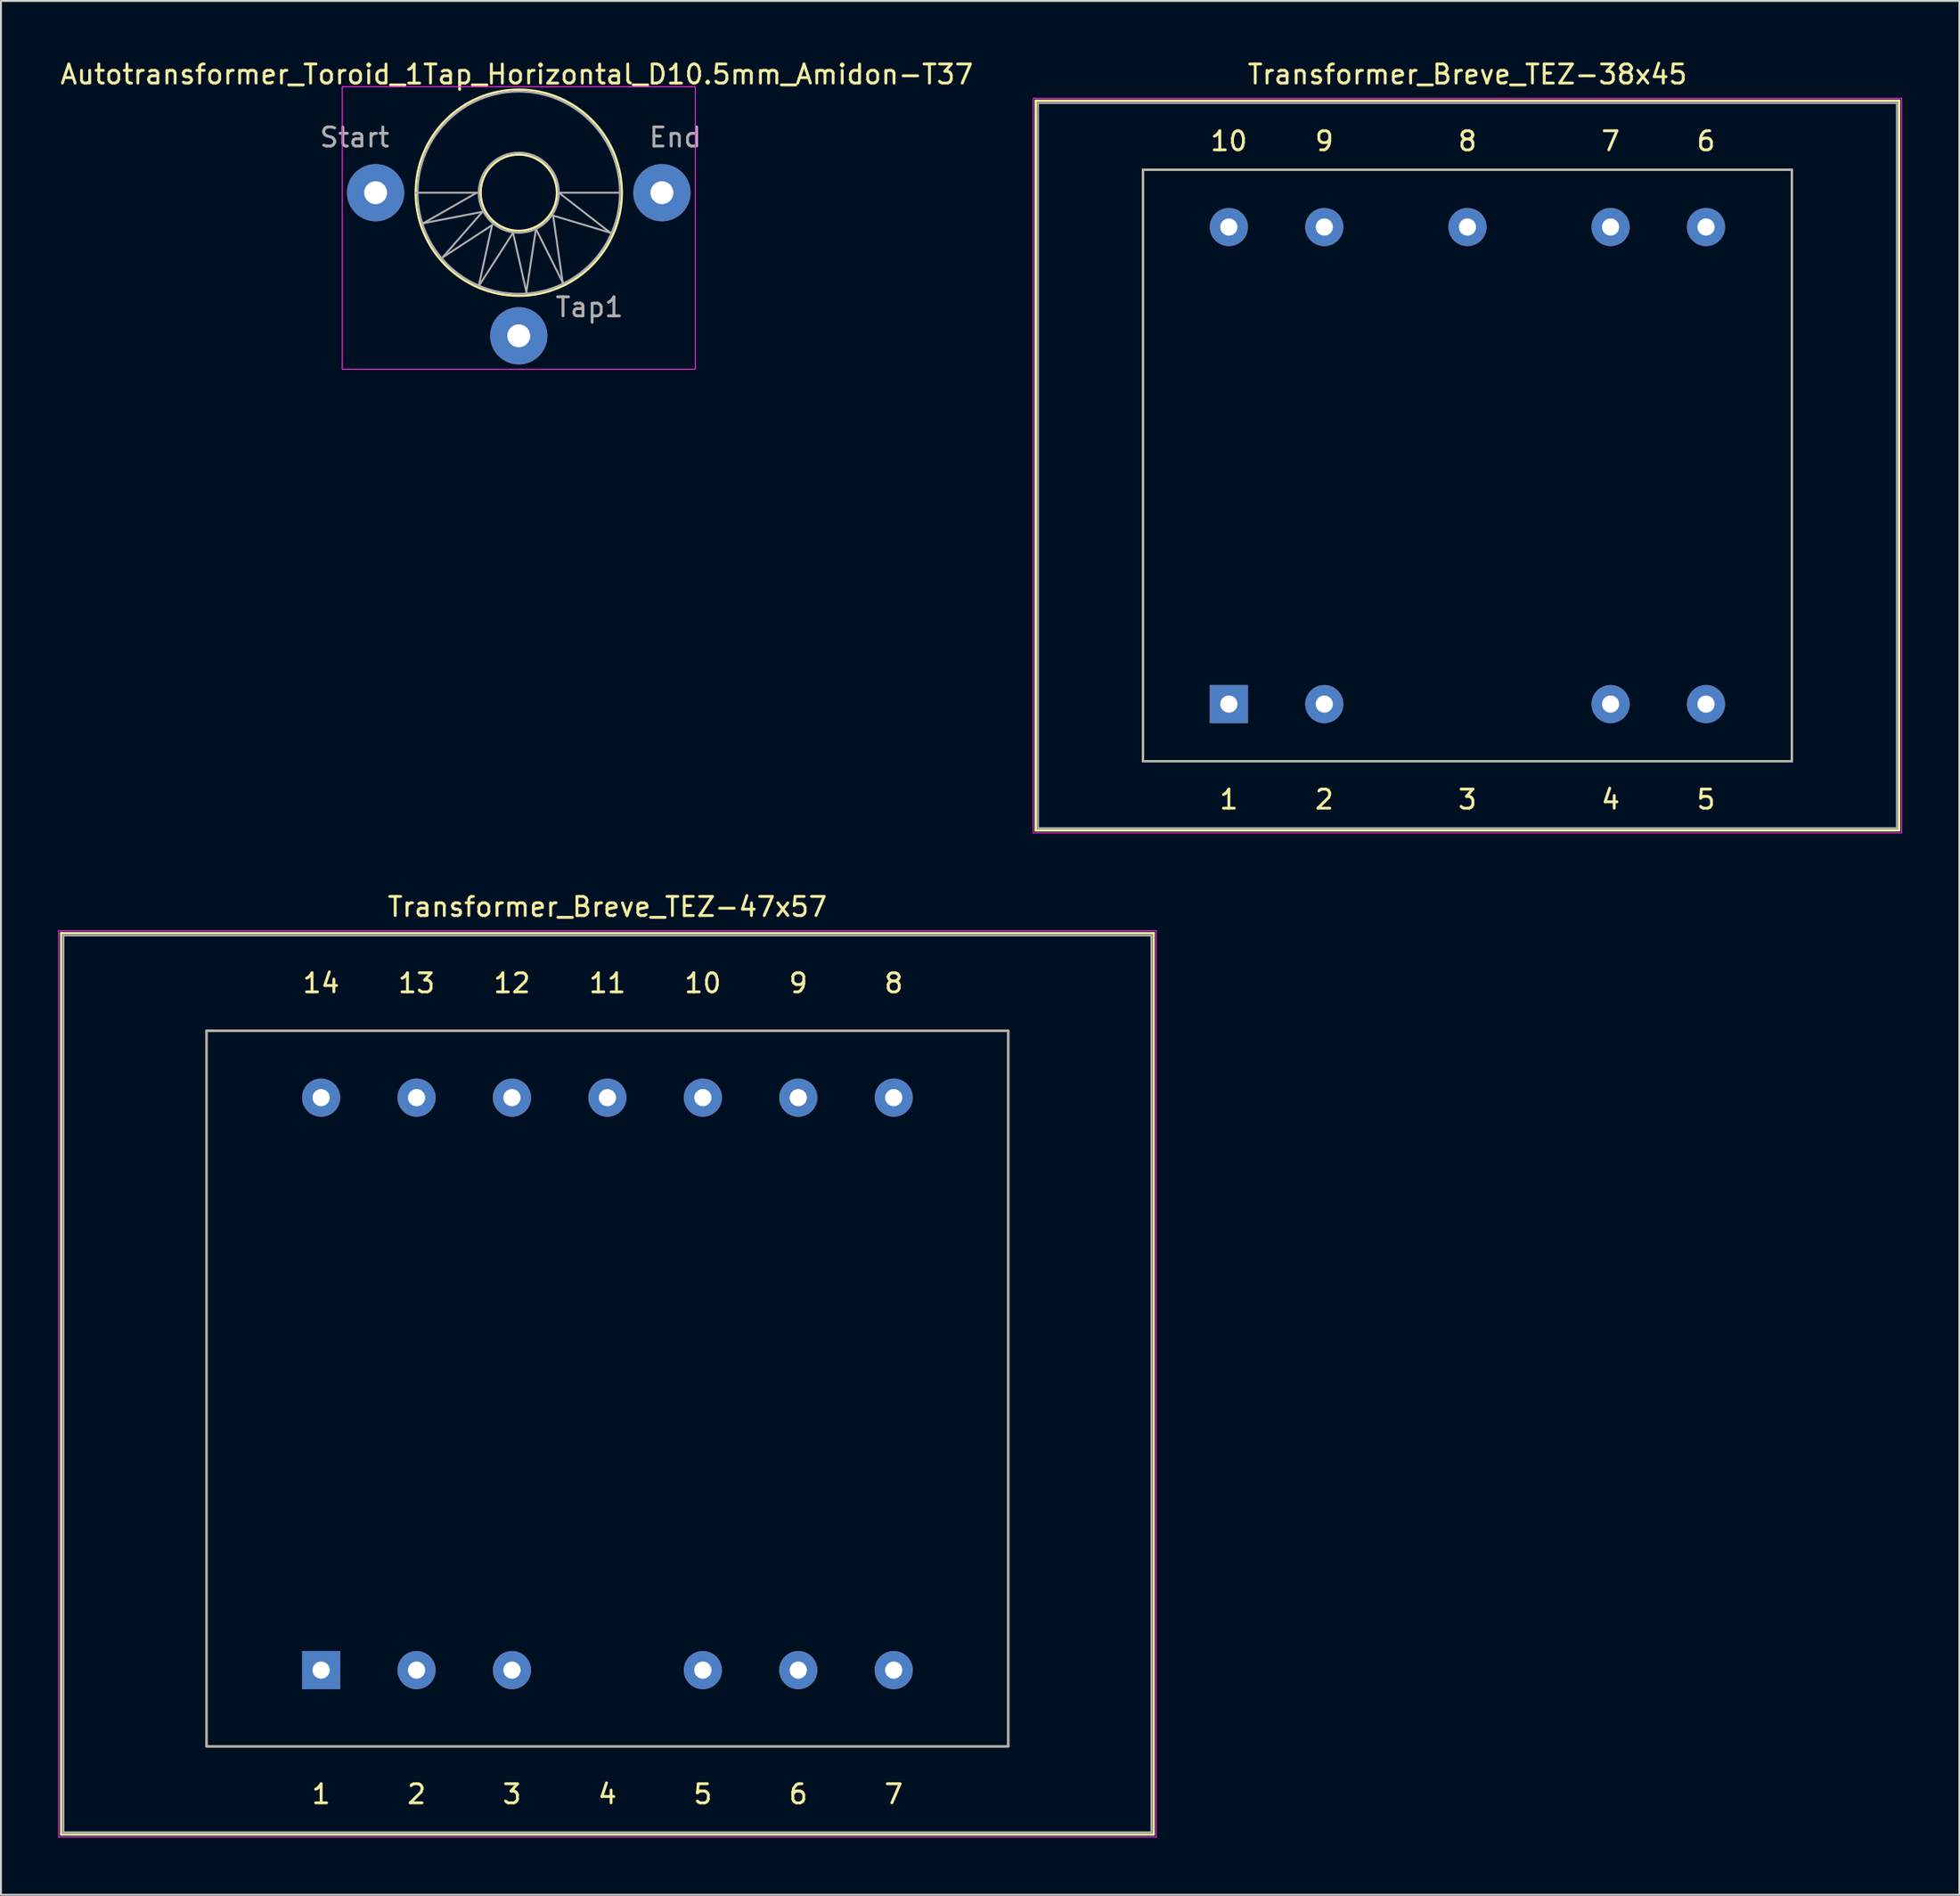
<source format=kicad_pcb>
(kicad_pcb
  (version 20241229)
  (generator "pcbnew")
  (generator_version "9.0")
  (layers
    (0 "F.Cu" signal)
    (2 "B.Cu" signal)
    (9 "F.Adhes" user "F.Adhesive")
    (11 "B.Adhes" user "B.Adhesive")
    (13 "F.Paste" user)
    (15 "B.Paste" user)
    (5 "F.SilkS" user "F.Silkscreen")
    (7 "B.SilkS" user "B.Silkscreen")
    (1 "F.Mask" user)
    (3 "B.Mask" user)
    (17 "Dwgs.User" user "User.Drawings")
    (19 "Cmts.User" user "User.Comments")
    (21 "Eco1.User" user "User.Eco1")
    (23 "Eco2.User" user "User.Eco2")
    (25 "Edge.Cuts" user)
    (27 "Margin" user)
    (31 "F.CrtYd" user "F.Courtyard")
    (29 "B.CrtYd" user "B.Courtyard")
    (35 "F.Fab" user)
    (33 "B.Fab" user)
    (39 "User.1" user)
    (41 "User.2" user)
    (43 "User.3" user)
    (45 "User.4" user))
  (footprint "Transformer_Breve_TEZ-38x45"
    (layer "F.Cu")
    (at 61.335 33.848)
    (property "Reference" "Transformer_Breve_TEZ-38x45" (at 12.5 -33 0) (layer "F.SilkS") (effects (font (size 1 1) (thickness 0.15))))
    (attr through_hole)
    (fp_line (start -10.12 -31.62) (end -10.12 6.62) (stroke (width 0.12) (type solid)) (layer "F.SilkS"))
    (fp_line (start -10.12 -31.62) (end 35.12 -31.62) (stroke (width 0.12) (type solid)) (layer "F.SilkS"))
    (fp_line (start -4.5 -28) (end 29.5 -28) (stroke (width 0.12) (type solid)) (layer "F.SilkS"))
    (fp_line (start -4.5 3) (end -4.5 -28) (stroke (width 0.12) (type solid)) (layer "F.SilkS"))
    (fp_line (start 29.5 -28) (end 29.5 3) (stroke (width 0.12) (type solid)) (layer "F.SilkS"))
    (fp_line (start 29.5 3) (end -4.5 3) (stroke (width 0.12) (type solid)) (layer "F.SilkS"))
    (fp_line (start 35.12 6.62) (end -10.12 6.62) (stroke (width 0.12) (type solid)) (layer "F.SilkS"))
    (fp_line (start 35.12 6.62) (end 35.12 -31.62) (stroke (width 0.12) (type solid)) (layer "F.SilkS"))
    (fp_line (start -10.25 -31.75) (end -10.25 6.75) (stroke (width 0.05) (type solid)) (layer "F.CrtYd"))
    (fp_line (start -10.25 -31.75) (end 35.25 -31.75) (stroke (width 0.05) (type solid)) (layer "F.CrtYd"))
    (fp_line (start 35.25 6.75) (end -10.25 6.75) (stroke (width 0.05) (type solid)) (layer "F.CrtYd"))
    (fp_line (start 35.25 6.75) (end 35.25 -31.75) (stroke (width 0.05) (type solid)) (layer "F.CrtYd"))
    (fp_line (start -10 -31.5) (end 35 -31.5) (stroke (width 0.1) (type solid)) (layer "F.Fab"))
    (fp_line (start -10 6.5) (end -10 -31.5) (stroke (width 0.1) (type solid)) (layer "F.Fab"))
    (fp_line (start -4.5 -28) (end 29.5 -28) (stroke (width 0.1) (type solid)) (layer "F.Fab"))
    (fp_line (start -4.5 3) (end -4.5 -28) (stroke (width 0.1) (type solid)) (layer "F.Fab"))
    (fp_line (start 29.5 -28) (end 29.5 3) (stroke (width 0.1) (type solid)) (layer "F.Fab"))
    (fp_line (start 29.5 3) (end -4.5 3) (stroke (width 0.1) (type solid)) (layer "F.Fab"))
    (fp_line (start 35 -31.5) (end 35 6.5) (stroke (width 0.1) (type solid)) (layer "F.Fab"))
    (fp_line (start 35 6.5) (end -10 6.5) (stroke (width 0.1) (type solid)) (layer "F.Fab"))
    (fp_text user "4" (at 20 5 0) (layer "F.SilkS") (effects (font (size 1 1) (thickness 0.15))))
    (fp_text user "3" (at 12.5 5 0) (layer "F.SilkS") (effects (font (size 1 1) (thickness 0.15))))
    (fp_text user "1" (at 0 5 0) (layer "F.SilkS") (effects (font (size 1 1) (thickness 0.15))))
    (fp_text user "2" (at 5 5 0) (layer "F.SilkS") (effects (font (size 1 1) (thickness 0.15))))
    (fp_text user "6" (at 25 -29.5 0) (layer "F.SilkS") (effects (font (size 1 1) (thickness 0.15))))
    (fp_text user "5" (at 25 5 0) (layer "F.SilkS") (effects (font (size 1 1) (thickness 0.15))))
    (fp_text user "8" (at 12.5 -29.5 0) (layer "F.SilkS") (effects (font (size 1 1) (thickness 0.15))))
    (fp_text user "9" (at 5 -29.5 0) (layer "F.SilkS") (effects (font (size 1 1) (thickness 0.15))))
    (fp_text user "10" (at 0 -29.5 0) (layer "F.SilkS") (effects (font (size 1 1) (thickness 0.15))))
    (fp_text user "7" (at 20 -29.5 0) (layer "F.SilkS") (effects (font (size 1 1) (thickness 0.15))))
    (pad "1" thru_hole rect (at 0 0) (size 2 2) (drill 0.9) (layers "*.Cu" "*.Mask"))
    (pad "2" thru_hole circle (at 5 0) (size 2 2) (drill 0.9) (layers "*.Cu" "*.Mask"))
    (pad "4" thru_hole circle (at 20 0) (size 2 2) (drill 0.9) (layers "*.Cu" "*.Mask"))
    (pad "5" thru_hole circle (at 25 0) (size 2 2) (drill 0.9) (layers "*.Cu" "*.Mask"))
    (pad "6" thru_hole circle (at 25 -25) (size 2 2) (drill 0.9) (layers "*.Cu" "*.Mask"))
    (pad "7" thru_hole circle (at 20 -25) (size 2 2) (drill 0.9) (layers "*.Cu" "*.Mask"))
    (pad "8" thru_hole circle (at 12.5 -25) (size 2 2) (drill 0.9) (layers "*.Cu" "*.Mask"))
    (pad "9" thru_hole circle (at 5 -25) (size 2 2) (drill 0.9) (layers "*.Cu" "*.Mask"))
    (pad "10" thru_hole circle (at 0 -25) (size 2 2) (drill 0.9) (layers "*.Cu" "*.Mask")))
  (footprint "Transformer_Breve_TEZ-47x57"
    (layer "F.Cu")
    (at 13.775 84.472)
    (property "Reference" "Transformer_Breve_TEZ-47x57" (at 15 -40 0) (layer "F.SilkS") (effects (font (size 1 1) (thickness 0.15))))
    (attr through_hole)
    (fp_line (start -13.62 -38.62) (end -13.62 8.62) (stroke (width 0.12) (type solid)) (layer "F.SilkS"))
    (fp_line (start -13.62 -38.62) (end 43.62 -38.62) (stroke (width 0.12) (type solid)) (layer "F.SilkS"))
    (fp_line (start -6 -33.5) (end -6 4) (stroke (width 0.12) (type solid)) (layer "F.SilkS"))
    (fp_line (start -6 4) (end 36 4) (stroke (width 0.12) (type solid)) (layer "F.SilkS"))
    (fp_line (start 36 -33.5) (end -6 -33.5) (stroke (width 0.12) (type solid)) (layer "F.SilkS"))
    (fp_line (start 36 4) (end 36 -33.5) (stroke (width 0.12) (type solid)) (layer "F.SilkS"))
    (fp_line (start 43.62 8.62) (end -13.62 8.62) (stroke (width 0.12) (type solid)) (layer "F.SilkS"))
    (fp_line (start 43.62 8.62) (end 43.62 -38.62) (stroke (width 0.12) (type solid)) (layer "F.SilkS"))
    (fp_line (start -13.75 -38.75) (end -13.75 8.75) (stroke (width 0.05) (type solid)) (layer "F.CrtYd"))
    (fp_line (start -13.75 -38.75) (end 43.75 -38.75) (stroke (width 0.05) (type solid)) (layer "F.CrtYd"))
    (fp_line (start 43.75 8.75) (end -13.75 8.75) (stroke (width 0.05) (type solid)) (layer "F.CrtYd"))
    (fp_line (start 43.75 8.75) (end 43.75 -38.75) (stroke (width 0.05) (type solid)) (layer "F.CrtYd"))
    (fp_line (start -13.5 -38.5) (end -13.5 8.5) (stroke (width 0.1) (type solid)) (layer "F.Fab"))
    (fp_line (start -13.5 -38.5) (end 43.5 -38.5) (stroke (width 0.1) (type solid)) (layer "F.Fab"))
    (fp_line (start -6 -33.5) (end -6 4) (stroke (width 0.1) (type solid)) (layer "F.Fab"))
    (fp_line (start -6 4) (end 36 4) (stroke (width 0.1) (type solid)) (layer "F.Fab"))
    (fp_line (start 36 -33.5) (end -6 -33.5) (stroke (width 0.1) (type solid)) (layer "F.Fab"))
    (fp_line (start 36 4) (end 36 -33.5) (stroke (width 0.1) (type solid)) (layer "F.Fab"))
    (fp_line (start 43.5 -38.5) (end 43.5 8.5) (stroke (width 0.1) (type solid)) (layer "F.Fab"))
    (fp_line (start 43.5 8.5) (end -13.5 8.5) (stroke (width 0.1) (type solid)) (layer "F.Fab"))
    (fp_text user "6" (at 25 6.5 0) (layer "F.SilkS") (effects (font (size 1 1) (thickness 0.15))))
    (fp_text user "4" (at 15 6.5 0) (layer "F.SilkS") (effects (font (size 1 1) (thickness 0.15))))
    (fp_text user "1" (at 0 6.5 0) (layer "F.SilkS") (effects (font (size 1 1) (thickness 0.15))))
    (fp_text user "3" (at 10 6.5 0) (layer "F.SilkS") (effects (font (size 1 1) (thickness 0.15))))
    (fp_text user "12" (at 10 -36 0) (layer "F.SilkS") (effects (font (size 1 1) (thickness 0.15))))
    (fp_text user "10" (at 20 -36 0) (layer "F.SilkS") (effects (font (size 1 1) (thickness 0.15))))
    (fp_text user "7" (at 30 6.5 0) (layer "F.SilkS") (effects (font (size 1 1) (thickness 0.15))))
    (fp_text user "13" (at 5 -36 0) (layer "F.SilkS") (effects (font (size 1 1) (thickness 0.15))))
    (fp_text user "2" (at 5 6.5 0) (layer "F.SilkS") (effects (font (size 1 1) (thickness 0.15))))
    (fp_text user "14" (at 0 -36 0) (layer "F.SilkS") (effects (font (size 1 1) (thickness 0.15))))
    (fp_text user "5" (at 20 6.5 0) (layer "F.SilkS") (effects (font (size 1 1) (thickness 0.15))))
    (fp_text user "9" (at 25 -36 0) (layer "F.SilkS") (effects (font (size 1 1) (thickness 0.15))))
    (fp_text user "8" (at 30 -36 0) (layer "F.SilkS") (effects (font (size 1 1) (thickness 0.15))))
    (fp_text user "11" (at 15 -36 0) (layer "F.SilkS") (effects (font (size 1 1) (thickness 0.15))))
    (pad "1" thru_hole rect (at 0 0) (size 2 2) (drill 0.9) (layers "*.Cu" "*.Mask"))
    (pad "2" thru_hole circle (at 5 0) (size 2 2) (drill 0.9) (layers "*.Cu" "*.Mask"))
    (pad "3" thru_hole circle (at 10 0) (size 2 2) (drill 0.9) (layers "*.Cu" "*.Mask"))
    (pad "5" thru_hole circle (at 20 0) (size 2 2) (drill 0.9) (layers "*.Cu" "*.Mask"))
    (pad "6" thru_hole circle (at 25 0) (size 2 2) (drill 0.9) (layers "*.Cu" "*.Mask"))
    (pad "7" thru_hole circle (at 30 0) (size 2 2) (drill 0.9) (layers "*.Cu" "*.Mask"))
    (pad "8" thru_hole circle (at 30 -30) (size 2 2) (drill 0.9) (layers "*.Cu" "*.Mask"))
    (pad "9" thru_hole circle (at 25 -30) (size 2 2) (drill 0.9) (layers "*.Cu" "*.Mask"))
    (pad "10" thru_hole circle (at 20 -30) (size 2 2) (drill 0.9) (layers "*.Cu" "*.Mask"))
    (pad "11" thru_hole circle (at 15 -30) (size 2 2) (drill 0.9) (layers "*.Cu" "*.Mask"))
    (pad "12" thru_hole circle (at 10 -30) (size 2 2) (drill 0.9) (layers "*.Cu" "*.Mask"))
    (pad "13" thru_hole circle (at 5 -30) (size 2 2) (drill 0.9) (layers "*.Cu" "*.Mask"))
    (pad "14" thru_hole circle (at 0 -30) (size 2 2) (drill 0.9) (layers "*.Cu" "*.Mask")))
  (footprint "Autotransformer_Toroid_1Tap_Horizontal_D10.5mm_Amidon-T37"
    (layer "F.Cu")
    (at 16.63 7.048)
    (property "Reference" "Autotransformer_Toroid_1Tap_Horizontal_D10.5mm_Amidon-T37" (at 7.4 -6.2 0) (layer "F.SilkS") (effects (font (size 1 1) (thickness 0.15))))
    (attr through_hole)
    (fp_circle (center 7.5 0) (end 9.5 0) (stroke (width 0.12) (type solid)) (fill no) (layer "F.SilkS"))
    (fp_circle (center 7.5 0) (end 12.9 0) (stroke (width 0.12) (type solid)) (fill no) (layer "F.SilkS"))
    (fp_line (start -1.75 -5.55) (end -1.75 9.25) (stroke (width 0.05) (type solid)) (layer "F.CrtYd"))
    (fp_line (start -1.75 -5.55) (end 16.75 -5.55) (stroke (width 0.05) (type solid)) (layer "F.CrtYd"))
    (fp_line (start 16.75 9.25) (end -1.75 9.25) (stroke (width 0.05) (type solid)) (layer "F.CrtYd"))
    (fp_line (start 16.75 9.25) (end 16.75 -5.55) (stroke (width 0.05) (type solid)) (layer "F.CrtYd"))
    (fp_line (start 2.1 0) (end 5.3 0) (stroke (width 0.1) (type solid)) (layer "F.Fab"))
    (fp_line (start 2.5 1.6) (end 5.6 1) (stroke (width 0.1) (type solid)) (layer "F.Fab"))
    (fp_line (start 3.5 3.4) (end 6.1 1.7) (stroke (width 0.1) (type solid)) (layer "F.Fab"))
    (fp_line (start 5.3 0) (end 2.5 1.6) (stroke (width 0.1) (type solid)) (layer "F.Fab"))
    (fp_line (start 5.4 4.9) (end 7.2 2.1) (stroke (width 0.1) (type solid)) (layer "F.Fab"))
    (fp_line (start 5.6 1) (end 3.5 3.4) (stroke (width 0.1) (type solid)) (layer "F.Fab"))
    (fp_line (start 6.1 1.7) (end 5.4 4.9) (stroke (width 0.1) (type solid)) (layer "F.Fab"))
    (fp_line (start 7.2 2.1) (end 7.9 5.2) (stroke (width 0.1) (type solid)) (layer "F.Fab"))
    (fp_line (start 7.9 5.2) (end 8.4 1.9) (stroke (width 0.1) (type solid)) (layer "F.Fab"))
    (fp_line (start 8.4 1.9) (end 9.8 4.7) (stroke (width 0.1) (type solid)) (layer "F.Fab"))
    (fp_line (start 9.3 1.2) (end 12.3 2.1) (stroke (width 0.1) (type solid)) (layer "F.Fab"))
    (fp_line (start 9.6 0) (end 12.8 0) (stroke (width 0.1) (type solid)) (layer "F.Fab"))
    (fp_line (start 9.8 4.7) (end 9.3 1.2) (stroke (width 0.1) (type solid)) (layer "F.Fab"))
    (fp_line (start 12.3 2.1) (end 9.6 0) (stroke (width 0.1) (type solid)) (layer "F.Fab"))
    (fp_circle (center 7.5 0) (end 9.6 0) (stroke (width 0.1) (type solid)) (fill no) (layer "F.Fab"))
    (fp_circle (center 7.5 0) (end 12.8 0) (stroke (width 0.1) (type solid)) (fill no) (layer "F.Fab"))
    (fp_text user "End" (at 15.7 -2.9 0) (layer "F.Fab") (effects (font (size 1 1) (thickness 0.15))))
    (fp_text user "Tap1" (at 11.2 6 0) (layer "F.Fab") (effects (font (size 1 1) (thickness 0.15))))
    (fp_text user "Start" (at -1.1 -2.9 0) (layer "F.Fab") (effects (font (size 1 1) (thickness 0.15))))
    (pad "1" thru_hole circle (at 0 0) (size 3 3) (drill 1.2) (layers "*.Cu" "*.Mask"))
    (pad "2" thru_hole circle (at 7.5 7.5) (size 3 3) (drill 1.2) (layers "*.Cu" "*.Mask"))
    (pad "3" thru_hole circle (at 15 0) (size 3 3) (drill 1.2) (layers "*.Cu" "*.Mask")))
  (gr_rect
    (start -3 -3)
    (end 99.61 96.246)
    (stroke (width 0.1) (type default))
    (fill no)
    (layer "Edge.Cuts")))
</source>
